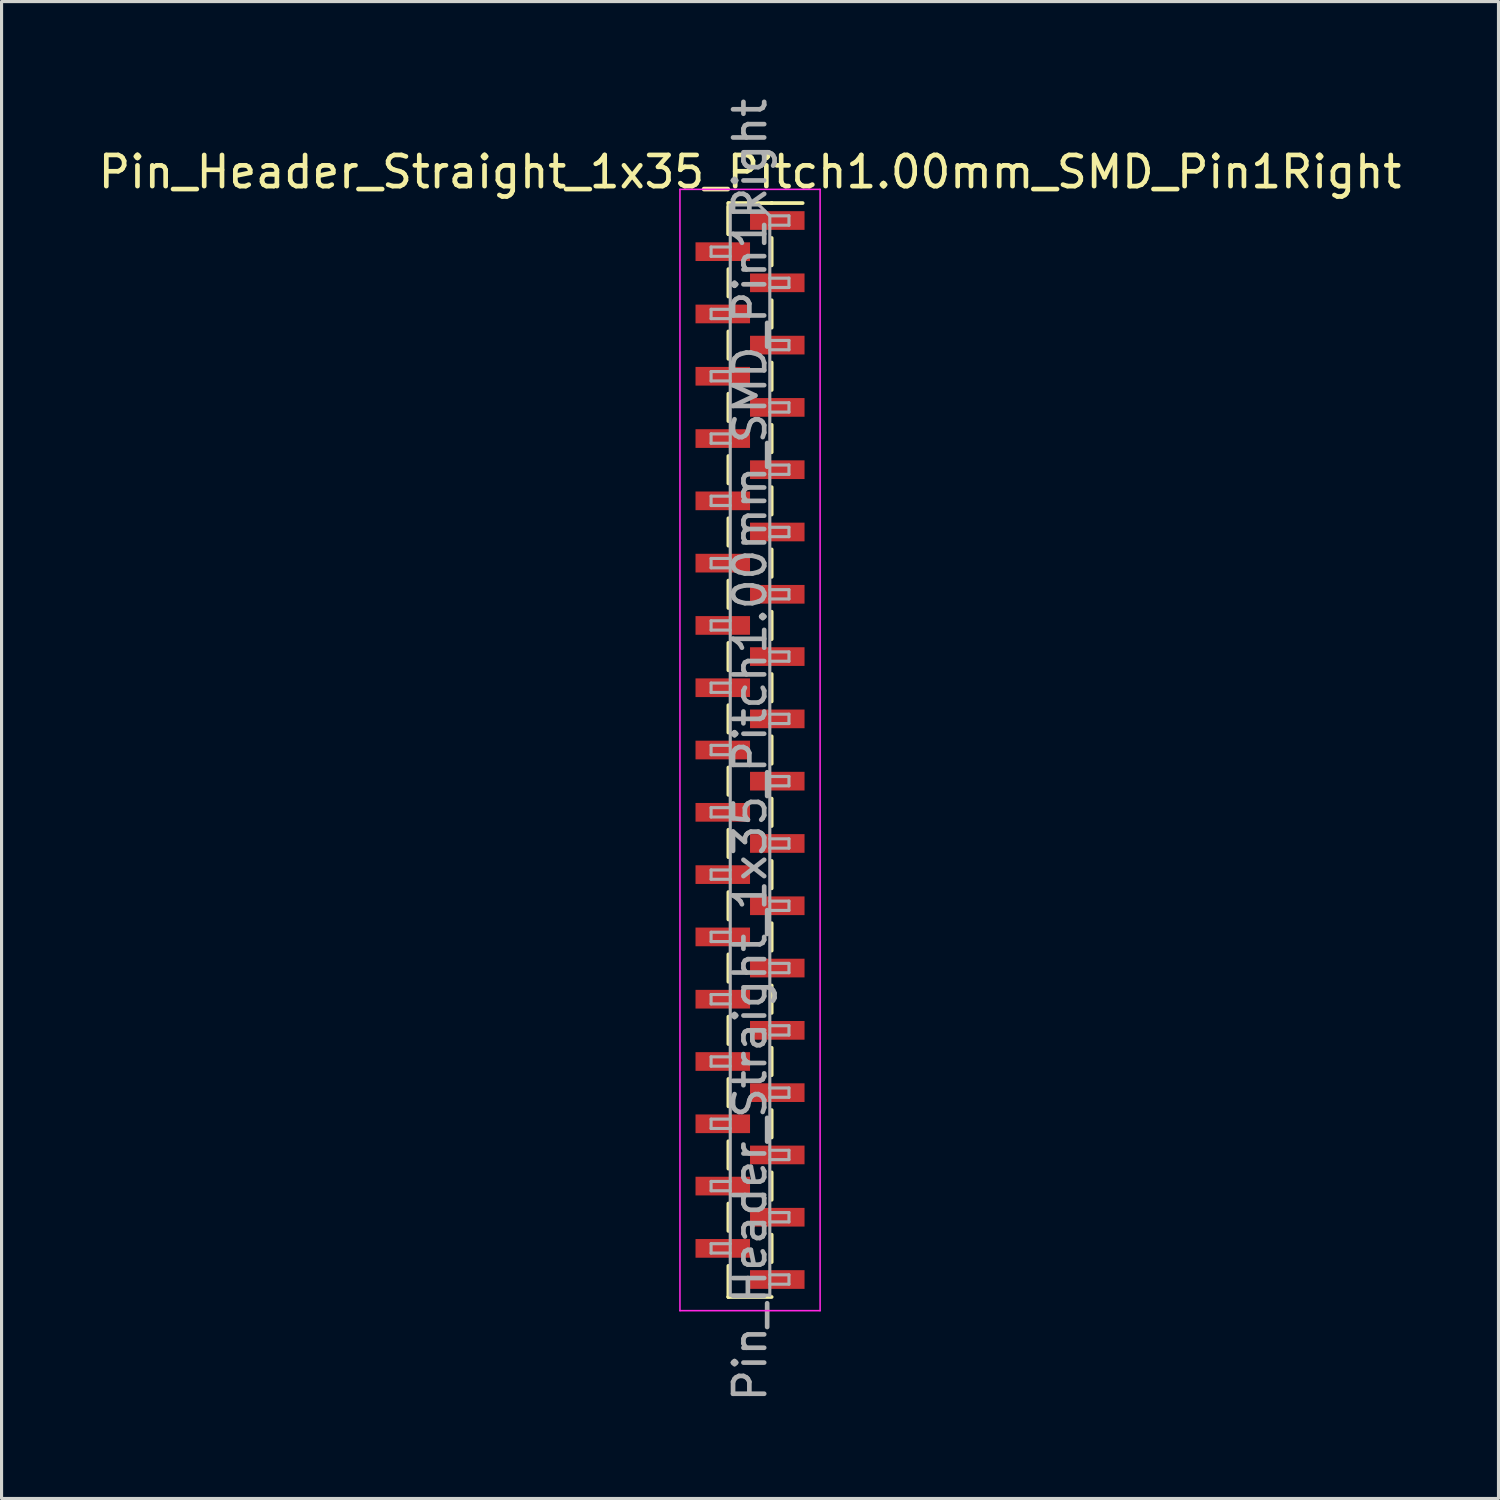
<source format=kicad_pcb>
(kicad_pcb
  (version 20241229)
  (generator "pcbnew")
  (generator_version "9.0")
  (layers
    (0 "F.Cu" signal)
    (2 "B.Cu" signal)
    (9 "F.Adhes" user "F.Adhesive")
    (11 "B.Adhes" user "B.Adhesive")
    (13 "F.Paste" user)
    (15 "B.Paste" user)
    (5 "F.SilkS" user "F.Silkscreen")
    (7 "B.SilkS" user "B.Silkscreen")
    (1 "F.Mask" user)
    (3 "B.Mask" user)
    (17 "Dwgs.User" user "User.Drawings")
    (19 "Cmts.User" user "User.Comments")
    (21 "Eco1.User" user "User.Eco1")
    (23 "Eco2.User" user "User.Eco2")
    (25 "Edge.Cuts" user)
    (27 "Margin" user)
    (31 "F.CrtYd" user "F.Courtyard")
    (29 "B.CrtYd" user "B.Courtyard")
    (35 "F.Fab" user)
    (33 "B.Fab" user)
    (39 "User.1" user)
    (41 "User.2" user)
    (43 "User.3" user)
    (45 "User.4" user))
  (footprint "Pin_Header_Straight_1x35_Pitch1.00mm_SMD_Pin1Right"
    (layer "F.Cu")
    (at 21.03 21.03)
    (property "Reference" "Pin_Header_Straight_1x35_Pitch1.00mm_SMD_Pin1Right" (at 0 -18.56 0) (layer "F.SilkS") (effects (font (size 1 1) (thickness 0.15))))
    (attr smd)
    (fp_line (start -0.695 -17.56) (end -0.695 -16.56) (stroke (width 0.12) (type solid)) (layer "F.SilkS"))
    (fp_line (start -0.695 -17.56) (end 0.695 -17.56) (stroke (width 0.12) (type solid)) (layer "F.SilkS"))
    (fp_line (start -0.695 -17.44) (end -0.695 -16.56) (stroke (width 0.12) (type solid)) (layer "F.SilkS"))
    (fp_line (start -0.695 -15.44) (end -0.695 -14.56) (stroke (width 0.12) (type solid)) (layer "F.SilkS"))
    (fp_line (start -0.695 -13.44) (end -0.695 -12.56) (stroke (width 0.12) (type solid)) (layer "F.SilkS"))
    (fp_line (start -0.695 -11.44) (end -0.695 -10.56) (stroke (width 0.12) (type solid)) (layer "F.SilkS"))
    (fp_line (start -0.695 -9.44) (end -0.695 -8.56) (stroke (width 0.12) (type solid)) (layer "F.SilkS"))
    (fp_line (start -0.695 -7.44) (end -0.695 -6.56) (stroke (width 0.12) (type solid)) (layer "F.SilkS"))
    (fp_line (start -0.695 -5.44) (end -0.695 -4.56) (stroke (width 0.12) (type solid)) (layer "F.SilkS"))
    (fp_line (start -0.695 -3.44) (end -0.695 -2.56) (stroke (width 0.12) (type solid)) (layer "F.SilkS"))
    (fp_line (start -0.695 -1.44) (end -0.695 -0.56) (stroke (width 0.12) (type solid)) (layer "F.SilkS"))
    (fp_line (start -0.695 0.56) (end -0.695 1.44) (stroke (width 0.12) (type solid)) (layer "F.SilkS"))
    (fp_line (start -0.695 2.56) (end -0.695 3.44) (stroke (width 0.12) (type solid)) (layer "F.SilkS"))
    (fp_line (start -0.695 4.56) (end -0.695 5.44) (stroke (width 0.12) (type solid)) (layer "F.SilkS"))
    (fp_line (start -0.695 6.56) (end -0.695 7.44) (stroke (width 0.12) (type solid)) (layer "F.SilkS"))
    (fp_line (start -0.695 8.56) (end -0.695 9.44) (stroke (width 0.12) (type solid)) (layer "F.SilkS"))
    (fp_line (start -0.695 10.56) (end -0.695 11.44) (stroke (width 0.12) (type solid)) (layer "F.SilkS"))
    (fp_line (start -0.695 12.56) (end -0.695 13.44) (stroke (width 0.12) (type solid)) (layer "F.SilkS"))
    (fp_line (start -0.695 14.56) (end -0.695 15.44) (stroke (width 0.12) (type solid)) (layer "F.SilkS"))
    (fp_line (start -0.695 16.56) (end -0.695 17.56) (stroke (width 0.12) (type solid)) (layer "F.SilkS"))
    (fp_line (start -0.695 17.56) (end -0.695 17.56) (stroke (width 0.12) (type solid)) (layer "F.SilkS"))
    (fp_line (start -0.695 17.56) (end 0.695 17.56) (stroke (width 0.12) (type solid)) (layer "F.SilkS"))
    (fp_line (start 0.695 -17.56) (end 0.695 -17.56) (stroke (width 0.12) (type solid)) (layer "F.SilkS"))
    (fp_line (start 0.695 -17.56) (end 1.69 -17.56) (stroke (width 0.12) (type solid)) (layer "F.SilkS"))
    (fp_line (start 0.695 -16.44) (end 0.695 -15.56) (stroke (width 0.12) (type solid)) (layer "F.SilkS"))
    (fp_line (start 0.695 -14.44) (end 0.695 -13.56) (stroke (width 0.12) (type solid)) (layer "F.SilkS"))
    (fp_line (start 0.695 -12.44) (end 0.695 -11.56) (stroke (width 0.12) (type solid)) (layer "F.SilkS"))
    (fp_line (start 0.695 -10.44) (end 0.695 -9.56) (stroke (width 0.12) (type solid)) (layer "F.SilkS"))
    (fp_line (start 0.695 -8.44) (end 0.695 -7.56) (stroke (width 0.12) (type solid)) (layer "F.SilkS"))
    (fp_line (start 0.695 -6.44) (end 0.695 -5.56) (stroke (width 0.12) (type solid)) (layer "F.SilkS"))
    (fp_line (start 0.695 -4.44) (end 0.695 -3.56) (stroke (width 0.12) (type solid)) (layer "F.SilkS"))
    (fp_line (start 0.695 -2.44) (end 0.695 -1.56) (stroke (width 0.12) (type solid)) (layer "F.SilkS"))
    (fp_line (start 0.695 -0.44) (end 0.695 0.44) (stroke (width 0.12) (type solid)) (layer "F.SilkS"))
    (fp_line (start 0.695 1.56) (end 0.695 2.44) (stroke (width 0.12) (type solid)) (layer "F.SilkS"))
    (fp_line (start 0.695 3.56) (end 0.695 4.44) (stroke (width 0.12) (type solid)) (layer "F.SilkS"))
    (fp_line (start 0.695 5.56) (end 0.695 6.44) (stroke (width 0.12) (type solid)) (layer "F.SilkS"))
    (fp_line (start 0.695 7.56) (end 0.695 8.44) (stroke (width 0.12) (type solid)) (layer "F.SilkS"))
    (fp_line (start 0.695 9.56) (end 0.695 10.44) (stroke (width 0.12) (type solid)) (layer "F.SilkS"))
    (fp_line (start 0.695 11.56) (end 0.695 12.44) (stroke (width 0.12) (type solid)) (layer "F.SilkS"))
    (fp_line (start 0.695 13.56) (end 0.695 14.44) (stroke (width 0.12) (type solid)) (layer "F.SilkS"))
    (fp_line (start 0.695 15.56) (end 0.695 16.44) (stroke (width 0.12) (type solid)) (layer "F.SilkS"))
    (fp_line (start -2.25 -18) (end -2.25 18) (stroke (width 0.05) (type solid)) (layer "F.CrtYd"))
    (fp_line (start -2.25 18) (end 2.25 18) (stroke (width 0.05) (type solid)) (layer "F.CrtYd"))
    (fp_line (start 2.25 -18) (end -2.25 -18) (stroke (width 0.05) (type solid)) (layer "F.CrtYd"))
    (fp_line (start 2.25 18) (end 2.25 -18) (stroke (width 0.05) (type solid)) (layer "F.CrtYd"))
    (fp_line (start -1.25 -16.15) (end -1.25 -15.85) (stroke (width 0.1) (type solid)) (layer "F.Fab"))
    (fp_line (start -1.25 -15.85) (end -0.635 -15.85) (stroke (width 0.1) (type solid)) (layer "F.Fab"))
    (fp_line (start -1.25 -14.15) (end -1.25 -13.85) (stroke (width 0.1) (type solid)) (layer "F.Fab"))
    (fp_line (start -1.25 -13.85) (end -0.635 -13.85) (stroke (width 0.1) (type solid)) (layer "F.Fab"))
    (fp_line (start -1.25 -12.15) (end -1.25 -11.85) (stroke (width 0.1) (type solid)) (layer "F.Fab"))
    (fp_line (start -1.25 -11.85) (end -0.635 -11.85) (stroke (width 0.1) (type solid)) (layer "F.Fab"))
    (fp_line (start -1.25 -10.15) (end -1.25 -9.85) (stroke (width 0.1) (type solid)) (layer "F.Fab"))
    (fp_line (start -1.25 -9.85) (end -0.635 -9.85) (stroke (width 0.1) (type solid)) (layer "F.Fab"))
    (fp_line (start -1.25 -8.15) (end -1.25 -7.85) (stroke (width 0.1) (type solid)) (layer "F.Fab"))
    (fp_line (start -1.25 -7.85) (end -0.635 -7.85) (stroke (width 0.1) (type solid)) (layer "F.Fab"))
    (fp_line (start -1.25 -6.15) (end -1.25 -5.85) (stroke (width 0.1) (type solid)) (layer "F.Fab"))
    (fp_line (start -1.25 -5.85) (end -0.635 -5.85) (stroke (width 0.1) (type solid)) (layer "F.Fab"))
    (fp_line (start -1.25 -4.15) (end -1.25 -3.85) (stroke (width 0.1) (type solid)) (layer "F.Fab"))
    (fp_line (start -1.25 -3.85) (end -0.635 -3.85) (stroke (width 0.1) (type solid)) (layer "F.Fab"))
    (fp_line (start -1.25 -2.15) (end -1.25 -1.85) (stroke (width 0.1) (type solid)) (layer "F.Fab"))
    (fp_line (start -1.25 -1.85) (end -0.635 -1.85) (stroke (width 0.1) (type solid)) (layer "F.Fab"))
    (fp_line (start -1.25 -0.15) (end -1.25 0.15) (stroke (width 0.1) (type solid)) (layer "F.Fab"))
    (fp_line (start -1.25 0.15) (end -0.635 0.15) (stroke (width 0.1) (type solid)) (layer "F.Fab"))
    (fp_line (start -1.25 1.85) (end -1.25 2.15) (stroke (width 0.1) (type solid)) (layer "F.Fab"))
    (fp_line (start -1.25 2.15) (end -0.635 2.15) (stroke (width 0.1) (type solid)) (layer "F.Fab"))
    (fp_line (start -1.25 3.85) (end -1.25 4.15) (stroke (width 0.1) (type solid)) (layer "F.Fab"))
    (fp_line (start -1.25 4.15) (end -0.635 4.15) (stroke (width 0.1) (type solid)) (layer "F.Fab"))
    (fp_line (start -1.25 5.85) (end -1.25 6.15) (stroke (width 0.1) (type solid)) (layer "F.Fab"))
    (fp_line (start -1.25 6.15) (end -0.635 6.15) (stroke (width 0.1) (type solid)) (layer "F.Fab"))
    (fp_line (start -1.25 7.85) (end -1.25 8.15) (stroke (width 0.1) (type solid)) (layer "F.Fab"))
    (fp_line (start -1.25 8.15) (end -0.635 8.15) (stroke (width 0.1) (type solid)) (layer "F.Fab"))
    (fp_line (start -1.25 9.85) (end -1.25 10.15) (stroke (width 0.1) (type solid)) (layer "F.Fab"))
    (fp_line (start -1.25 10.15) (end -0.635 10.15) (stroke (width 0.1) (type solid)) (layer "F.Fab"))
    (fp_line (start -1.25 11.85) (end -1.25 12.15) (stroke (width 0.1) (type solid)) (layer "F.Fab"))
    (fp_line (start -1.25 12.15) (end -0.635 12.15) (stroke (width 0.1) (type solid)) (layer "F.Fab"))
    (fp_line (start -1.25 13.85) (end -1.25 14.15) (stroke (width 0.1) (type solid)) (layer "F.Fab"))
    (fp_line (start -1.25 14.15) (end -0.635 14.15) (stroke (width 0.1) (type solid)) (layer "F.Fab"))
    (fp_line (start -1.25 15.85) (end -1.25 16.15) (stroke (width 0.1) (type solid)) (layer "F.Fab"))
    (fp_line (start -1.25 16.15) (end -0.635 16.15) (stroke (width 0.1) (type solid)) (layer "F.Fab"))
    (fp_line (start -0.635 -17.5) (end -0.635 17.5) (stroke (width 0.1) (type solid)) (layer "F.Fab"))
    (fp_line (start -0.635 -17.5) (end 0.285 -17.5) (stroke (width 0.1) (type solid)) (layer "F.Fab"))
    (fp_line (start -0.635 -16.15) (end -1.25 -16.15) (stroke (width 0.1) (type solid)) (layer "F.Fab"))
    (fp_line (start -0.635 -14.15) (end -1.25 -14.15) (stroke (width 0.1) (type solid)) (layer "F.Fab"))
    (fp_line (start -0.635 -12.15) (end -1.25 -12.15) (stroke (width 0.1) (type solid)) (layer "F.Fab"))
    (fp_line (start -0.635 -10.15) (end -1.25 -10.15) (stroke (width 0.1) (type solid)) (layer "F.Fab"))
    (fp_line (start -0.635 -8.15) (end -1.25 -8.15) (stroke (width 0.1) (type solid)) (layer "F.Fab"))
    (fp_line (start -0.635 -6.15) (end -1.25 -6.15) (stroke (width 0.1) (type solid)) (layer "F.Fab"))
    (fp_line (start -0.635 -4.15) (end -1.25 -4.15) (stroke (width 0.1) (type solid)) (layer "F.Fab"))
    (fp_line (start -0.635 -2.15) (end -1.25 -2.15) (stroke (width 0.1) (type solid)) (layer "F.Fab"))
    (fp_line (start -0.635 -0.15) (end -1.25 -0.15) (stroke (width 0.1) (type solid)) (layer "F.Fab"))
    (fp_line (start -0.635 1.85) (end -1.25 1.85) (stroke (width 0.1) (type solid)) (layer "F.Fab"))
    (fp_line (start -0.635 3.85) (end -1.25 3.85) (stroke (width 0.1) (type solid)) (layer "F.Fab"))
    (fp_line (start -0.635 5.85) (end -1.25 5.85) (stroke (width 0.1) (type solid)) (layer "F.Fab"))
    (fp_line (start -0.635 7.85) (end -1.25 7.85) (stroke (width 0.1) (type solid)) (layer "F.Fab"))
    (fp_line (start -0.635 9.85) (end -1.25 9.85) (stroke (width 0.1) (type solid)) (layer "F.Fab"))
    (fp_line (start -0.635 11.85) (end -1.25 11.85) (stroke (width 0.1) (type solid)) (layer "F.Fab"))
    (fp_line (start -0.635 13.85) (end -1.25 13.85) (stroke (width 0.1) (type solid)) (layer "F.Fab"))
    (fp_line (start -0.635 15.85) (end -1.25 15.85) (stroke (width 0.1) (type solid)) (layer "F.Fab"))
    (fp_line (start 0.635 -17.15) (end 0.285 -17.5) (stroke (width 0.1) (type solid)) (layer "F.Fab"))
    (fp_line (start 0.635 -17.15) (end 1.25 -17.15) (stroke (width 0.1) (type solid)) (layer "F.Fab"))
    (fp_line (start 0.635 -15.15) (end 1.25 -15.15) (stroke (width 0.1) (type solid)) (layer "F.Fab"))
    (fp_line (start 0.635 -13.15) (end 1.25 -13.15) (stroke (width 0.1) (type solid)) (layer "F.Fab"))
    (fp_line (start 0.635 -11.15) (end 1.25 -11.15) (stroke (width 0.1) (type solid)) (layer "F.Fab"))
    (fp_line (start 0.635 -9.15) (end 1.25 -9.15) (stroke (width 0.1) (type solid)) (layer "F.Fab"))
    (fp_line (start 0.635 -7.15) (end 1.25 -7.15) (stroke (width 0.1) (type solid)) (layer "F.Fab"))
    (fp_line (start 0.635 -5.15) (end 1.25 -5.15) (stroke (width 0.1) (type solid)) (layer "F.Fab"))
    (fp_line (start 0.635 -3.15) (end 1.25 -3.15) (stroke (width 0.1) (type solid)) (layer "F.Fab"))
    (fp_line (start 0.635 -1.15) (end 1.25 -1.15) (stroke (width 0.1) (type solid)) (layer "F.Fab"))
    (fp_line (start 0.635 0.85) (end 1.25 0.85) (stroke (width 0.1) (type solid)) (layer "F.Fab"))
    (fp_line (start 0.635 2.85) (end 1.25 2.85) (stroke (width 0.1) (type solid)) (layer "F.Fab"))
    (fp_line (start 0.635 4.85) (end 1.25 4.85) (stroke (width 0.1) (type solid)) (layer "F.Fab"))
    (fp_line (start 0.635 6.85) (end 1.25 6.85) (stroke (width 0.1) (type solid)) (layer "F.Fab"))
    (fp_line (start 0.635 8.85) (end 1.25 8.85) (stroke (width 0.1) (type solid)) (layer "F.Fab"))
    (fp_line (start 0.635 10.85) (end 1.25 10.85) (stroke (width 0.1) (type solid)) (layer "F.Fab"))
    (fp_line (start 0.635 12.85) (end 1.25 12.85) (stroke (width 0.1) (type solid)) (layer "F.Fab"))
    (fp_line (start 0.635 14.85) (end 1.25 14.85) (stroke (width 0.1) (type solid)) (layer "F.Fab"))
    (fp_line (start 0.635 16.85) (end 1.25 16.85) (stroke (width 0.1) (type solid)) (layer "F.Fab"))
    (fp_line (start 0.635 17.5) (end -0.635 17.5) (stroke (width 0.1) (type solid)) (layer "F.Fab"))
    (fp_line (start 0.635 17.5) (end 0.635 -17.15) (stroke (width 0.1) (type solid)) (layer "F.Fab"))
    (fp_line (start 1.25 -17.15) (end 1.25 -16.85) (stroke (width 0.1) (type solid)) (layer "F.Fab"))
    (fp_line (start 1.25 -16.85) (end 0.635 -16.85) (stroke (width 0.1) (type solid)) (layer "F.Fab"))
    (fp_line (start 1.25 -15.15) (end 1.25 -14.85) (stroke (width 0.1) (type solid)) (layer "F.Fab"))
    (fp_line (start 1.25 -14.85) (end 0.635 -14.85) (stroke (width 0.1) (type solid)) (layer "F.Fab"))
    (fp_line (start 1.25 -13.15) (end 1.25 -12.85) (stroke (width 0.1) (type solid)) (layer "F.Fab"))
    (fp_line (start 1.25 -12.85) (end 0.635 -12.85) (stroke (width 0.1) (type solid)) (layer "F.Fab"))
    (fp_line (start 1.25 -11.15) (end 1.25 -10.85) (stroke (width 0.1) (type solid)) (layer "F.Fab"))
    (fp_line (start 1.25 -10.85) (end 0.635 -10.85) (stroke (width 0.1) (type solid)) (layer "F.Fab"))
    (fp_line (start 1.25 -9.15) (end 1.25 -8.85) (stroke (width 0.1) (type solid)) (layer "F.Fab"))
    (fp_line (start 1.25 -8.85) (end 0.635 -8.85) (stroke (width 0.1) (type solid)) (layer "F.Fab"))
    (fp_line (start 1.25 -7.15) (end 1.25 -6.85) (stroke (width 0.1) (type solid)) (layer "F.Fab"))
    (fp_line (start 1.25 -6.85) (end 0.635 -6.85) (stroke (width 0.1) (type solid)) (layer "F.Fab"))
    (fp_line (start 1.25 -5.15) (end 1.25 -4.85) (stroke (width 0.1) (type solid)) (layer "F.Fab"))
    (fp_line (start 1.25 -4.85) (end 0.635 -4.85) (stroke (width 0.1) (type solid)) (layer "F.Fab"))
    (fp_line (start 1.25 -3.15) (end 1.25 -2.85) (stroke (width 0.1) (type solid)) (layer "F.Fab"))
    (fp_line (start 1.25 -2.85) (end 0.635 -2.85) (stroke (width 0.1) (type solid)) (layer "F.Fab"))
    (fp_line (start 1.25 -1.15) (end 1.25 -0.85) (stroke (width 0.1) (type solid)) (layer "F.Fab"))
    (fp_line (start 1.25 -0.85) (end 0.635 -0.85) (stroke (width 0.1) (type solid)) (layer "F.Fab"))
    (fp_line (start 1.25 0.85) (end 1.25 1.15) (stroke (width 0.1) (type solid)) (layer "F.Fab"))
    (fp_line (start 1.25 1.15) (end 0.635 1.15) (stroke (width 0.1) (type solid)) (layer "F.Fab"))
    (fp_line (start 1.25 2.85) (end 1.25 3.15) (stroke (width 0.1) (type solid)) (layer "F.Fab"))
    (fp_line (start 1.25 3.15) (end 0.635 3.15) (stroke (width 0.1) (type solid)) (layer "F.Fab"))
    (fp_line (start 1.25 4.85) (end 1.25 5.15) (stroke (width 0.1) (type solid)) (layer "F.Fab"))
    (fp_line (start 1.25 5.15) (end 0.635 5.15) (stroke (width 0.1) (type solid)) (layer "F.Fab"))
    (fp_line (start 1.25 6.85) (end 1.25 7.15) (stroke (width 0.1) (type solid)) (layer "F.Fab"))
    (fp_line (start 1.25 7.15) (end 0.635 7.15) (stroke (width 0.1) (type solid)) (layer "F.Fab"))
    (fp_line (start 1.25 8.85) (end 1.25 9.15) (stroke (width 0.1) (type solid)) (layer "F.Fab"))
    (fp_line (start 1.25 9.15) (end 0.635 9.15) (stroke (width 0.1) (type solid)) (layer "F.Fab"))
    (fp_line (start 1.25 10.85) (end 1.25 11.15) (stroke (width 0.1) (type solid)) (layer "F.Fab"))
    (fp_line (start 1.25 11.15) (end 0.635 11.15) (stroke (width 0.1) (type solid)) (layer "F.Fab"))
    (fp_line (start 1.25 12.85) (end 1.25 13.15) (stroke (width 0.1) (type solid)) (layer "F.Fab"))
    (fp_line (start 1.25 13.15) (end 0.635 13.15) (stroke (width 0.1) (type solid)) (layer "F.Fab"))
    (fp_line (start 1.25 14.85) (end 1.25 15.15) (stroke (width 0.1) (type solid)) (layer "F.Fab"))
    (fp_line (start 1.25 15.15) (end 0.635 15.15) (stroke (width 0.1) (type solid)) (layer "F.Fab"))
    (fp_line (start 1.25 16.85) (end 1.25 17.15) (stroke (width 0.1) (type solid)) (layer "F.Fab"))
    (fp_line (start 1.25 17.15) (end 0.635 17.15) (stroke (width 0.1) (type solid)) (layer "F.Fab"))
    (fp_text user "${REFERENCE}" (at 0 0 90) (layer "F.Fab") (effects (font (size 1 1) (thickness 0.15))))
    (pad "1" smd rect (at 0.875 -17) (size 1.75 0.6) (layers "F.Cu" "F.Mask" "F.Paste"))
    (pad "2" smd rect (at -0.875 -16) (size 1.75 0.6) (layers "F.Cu" "F.Mask" "F.Paste"))
    (pad "3" smd rect (at 0.875 -15) (size 1.75 0.6) (layers "F.Cu" "F.Mask" "F.Paste"))
    (pad "4" smd rect (at -0.875 -14) (size 1.75 0.6) (layers "F.Cu" "F.Mask" "F.Paste"))
    (pad "5" smd rect (at 0.875 -13) (size 1.75 0.6) (layers "F.Cu" "F.Mask" "F.Paste"))
    (pad "6" smd rect (at -0.875 -12) (size 1.75 0.6) (layers "F.Cu" "F.Mask" "F.Paste"))
    (pad "7" smd rect (at 0.875 -11) (size 1.75 0.6) (layers "F.Cu" "F.Mask" "F.Paste"))
    (pad "8" smd rect (at -0.875 -10) (size 1.75 0.6) (layers "F.Cu" "F.Mask" "F.Paste"))
    (pad "9" smd rect (at 0.875 -9) (size 1.75 0.6) (layers "F.Cu" "F.Mask" "F.Paste"))
    (pad "10" smd rect (at -0.875 -8) (size 1.75 0.6) (layers "F.Cu" "F.Mask" "F.Paste"))
    (pad "11" smd rect (at 0.875 -7) (size 1.75 0.6) (layers "F.Cu" "F.Mask" "F.Paste"))
    (pad "12" smd rect (at -0.875 -6) (size 1.75 0.6) (layers "F.Cu" "F.Mask" "F.Paste"))
    (pad "13" smd rect (at 0.875 -5) (size 1.75 0.6) (layers "F.Cu" "F.Mask" "F.Paste"))
    (pad "14" smd rect (at -0.875 -4) (size 1.75 0.6) (layers "F.Cu" "F.Mask" "F.Paste"))
    (pad "15" smd rect (at 0.875 -3) (size 1.75 0.6) (layers "F.Cu" "F.Mask" "F.Paste"))
    (pad "16" smd rect (at -0.875 -2) (size 1.75 0.6) (layers "F.Cu" "F.Mask" "F.Paste"))
    (pad "17" smd rect (at 0.875 -1) (size 1.75 0.6) (layers "F.Cu" "F.Mask" "F.Paste"))
    (pad "18" smd rect (at -0.875 0) (size 1.75 0.6) (layers "F.Cu" "F.Mask" "F.Paste"))
    (pad "19" smd rect (at 0.875 1) (size 1.75 0.6) (layers "F.Cu" "F.Mask" "F.Paste"))
    (pad "20" smd rect (at -0.875 2) (size 1.75 0.6) (layers "F.Cu" "F.Mask" "F.Paste"))
    (pad "21" smd rect (at 0.875 3) (size 1.75 0.6) (layers "F.Cu" "F.Mask" "F.Paste"))
    (pad "22" smd rect (at -0.875 4) (size 1.75 0.6) (layers "F.Cu" "F.Mask" "F.Paste"))
    (pad "23" smd rect (at 0.875 5) (size 1.75 0.6) (layers "F.Cu" "F.Mask" "F.Paste"))
    (pad "24" smd rect (at -0.875 6) (size 1.75 0.6) (layers "F.Cu" "F.Mask" "F.Paste"))
    (pad "25" smd rect (at 0.875 7) (size 1.75 0.6) (layers "F.Cu" "F.Mask" "F.Paste"))
    (pad "26" smd rect (at -0.875 8) (size 1.75 0.6) (layers "F.Cu" "F.Mask" "F.Paste"))
    (pad "27" smd rect (at 0.875 9) (size 1.75 0.6) (layers "F.Cu" "F.Mask" "F.Paste"))
    (pad "28" smd rect (at -0.875 10) (size 1.75 0.6) (layers "F.Cu" "F.Mask" "F.Paste"))
    (pad "29" smd rect (at 0.875 11) (size 1.75 0.6) (layers "F.Cu" "F.Mask" "F.Paste"))
    (pad "30" smd rect (at -0.875 12) (size 1.75 0.6) (layers "F.Cu" "F.Mask" "F.Paste"))
    (pad "31" smd rect (at 0.875 13) (size 1.75 0.6) (layers "F.Cu" "F.Mask" "F.Paste"))
    (pad "32" smd rect (at -0.875 14) (size 1.75 0.6) (layers "F.Cu" "F.Mask" "F.Paste"))
    (pad "33" smd rect (at 0.875 15) (size 1.75 0.6) (layers "F.Cu" "F.Mask" "F.Paste"))
    (pad "34" smd rect (at -0.875 16) (size 1.75 0.6) (layers "F.Cu" "F.Mask" "F.Paste"))
    (pad "35" smd rect (at 0.875 17) (size 1.75 0.6) (layers "F.Cu" "F.Mask" "F.Paste")))
  (gr_rect
    (start -3 -3)
    (end 45.06 45.06)
    (stroke (width 0.1) (type default))
    (fill no)
    (layer "Edge.Cuts")))
</source>
